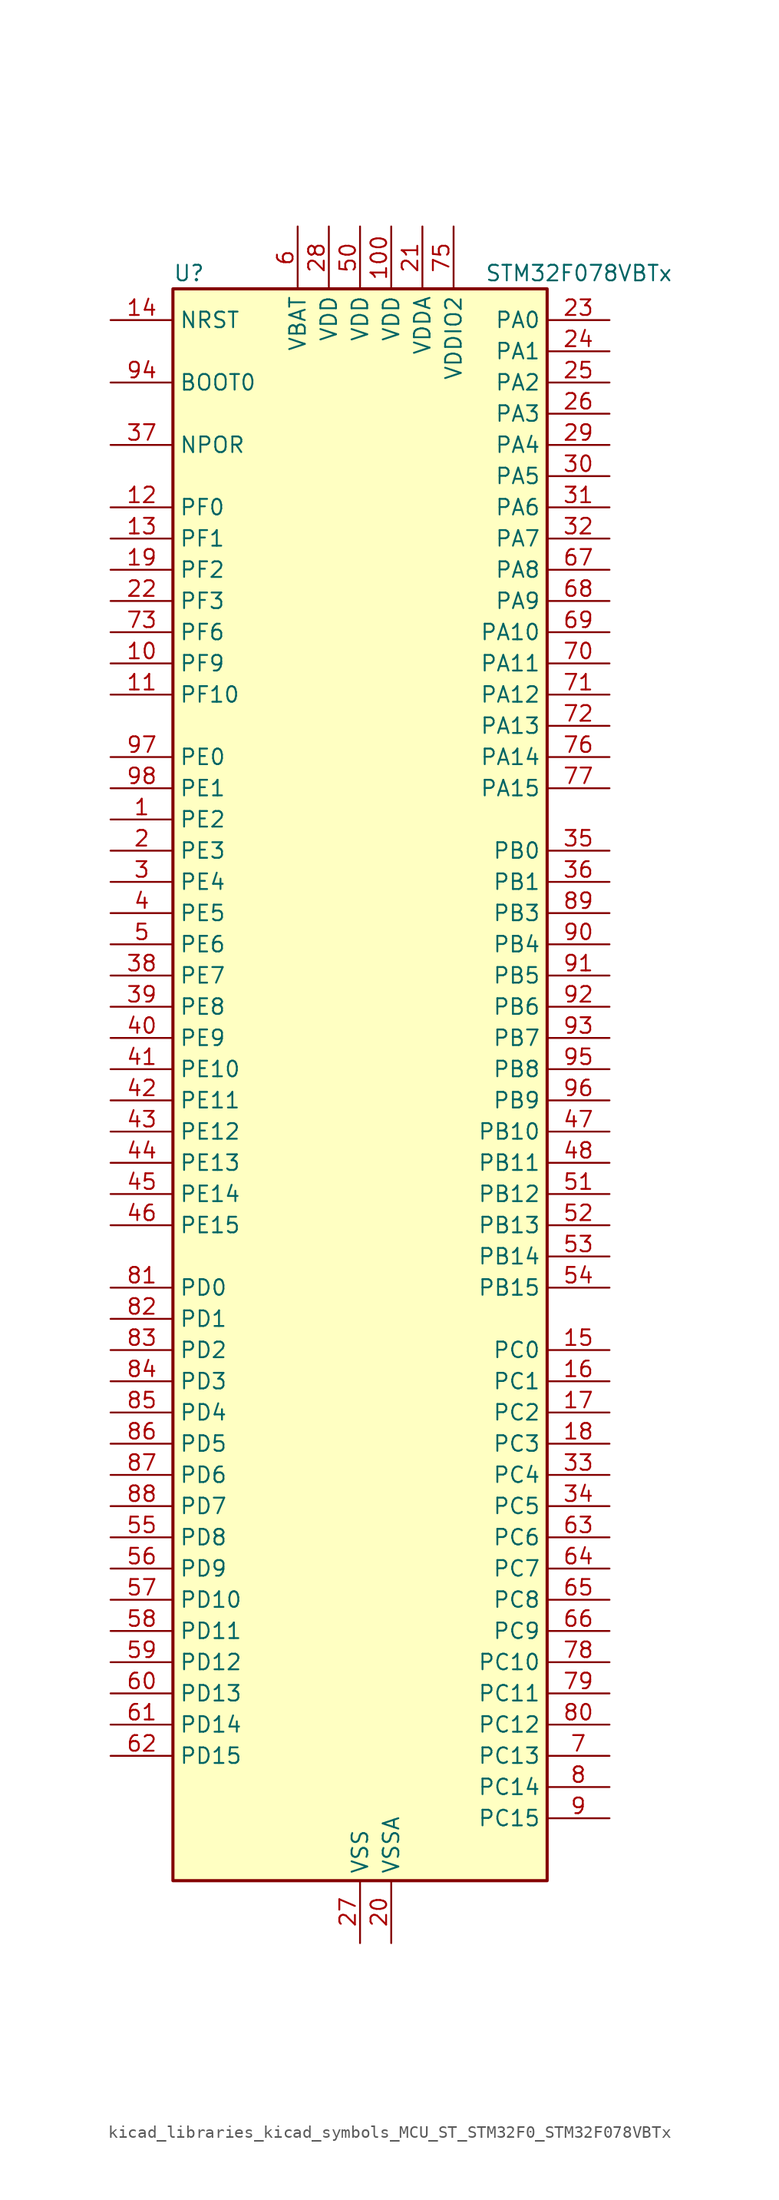
<source format=kicad_sym>
(kicad_symbol_lib
  (version 20220914)
  (generator kicad_symbol_editor)
  (symbol "kicad_libraries_kicad_symbols_MCU_ST_STM32F0_STM32F078VBTx"
    (property "Reference" "U"
      (at -15.24 67.31 0)
      (effects (font (size 1.27 1.27)) (justify left)))
    (property "Value" "STM32F078VBTx"
      (at 10.16 67.31 0)
      (effects (font (size 1.27 1.27)) (justify left)))
    (property "ki_locked" ""
      (at 0 0 0)
      (effects (font (size 1.27 1.27))))
    (symbol "kicad_libraries_kicad_symbols_MCU_ST_STM32F0_STM32F078VBTx_0_1"
      (rectangle (start -15.24 -63.5) (end 15.24 66.04) (stroke (width 0.254) (type default)) (fill (type background))))
    (symbol "kicad_libraries_kicad_symbols_MCU_ST_STM32F0_STM32F078VBTx_1_1"
      (pin bidirectional line (at -20.32 22.86 0) (length 5.08) (name "PE2" (effects (font (size 1.27 1.27)))) (number "1" (effects (font (size 1.27 1.27)))) (alternate "TIM3_ETR" bidirectional line) (alternate "TSC_G7_IO1" bidirectional line))
      (pin bidirectional line (at -20.32 35.56 0) (length 5.08) (name "PF9" (effects (font (size 1.27 1.27)))) (number "10" (effects (font (size 1.27 1.27)))) (alternate "DAC_EXTI9" bidirectional line) (alternate "TIM15_CH1" bidirectional line))
      (pin power_in line (at 2.54 71.12 270) (length 5.08) (name "VDD" (effects (font (size 1.27 1.27)))) (number "100" (effects (font (size 1.27 1.27)))))
      (pin bidirectional line (at -20.32 33.02 0) (length 5.08) (name "PF10" (effects (font (size 1.27 1.27)))) (number "11" (effects (font (size 1.27 1.27)))) (alternate "TIM15_CH2" bidirectional line))
      (pin bidirectional line (at -20.32 48.26 0) (length 5.08) (name "PF0" (effects (font (size 1.27 1.27)))) (number "12" (effects (font (size 1.27 1.27)))) (alternate "CRS_SYNC" bidirectional line) (alternate "RCC_OSC_IN" bidirectional line))
      (pin bidirectional line (at -20.32 45.72 0) (length 5.08) (name "PF1" (effects (font (size 1.27 1.27)))) (number "13" (effects (font (size 1.27 1.27)))) (alternate "RCC_OSC_OUT" bidirectional line))
      (pin input line (at -20.32 63.5 0) (length 5.08) (name "NRST" (effects (font (size 1.27 1.27)))) (number "14" (effects (font (size 1.27 1.27)))))
      (pin bidirectional line (at 20.32 -20.32 180) (length 5.08) (name "PC0" (effects (font (size 1.27 1.27)))) (number "15" (effects (font (size 1.27 1.27)))) (alternate "ADC_IN10" bidirectional line))
      (pin bidirectional line (at 20.32 -22.86 180) (length 5.08) (name "PC1" (effects (font (size 1.27 1.27)))) (number "16" (effects (font (size 1.27 1.27)))) (alternate "ADC_IN11" bidirectional line))
      (pin bidirectional line (at 20.32 -25.4 180) (length 5.08) (name "PC2" (effects (font (size 1.27 1.27)))) (number "17" (effects (font (size 1.27 1.27)))) (alternate "ADC_IN12" bidirectional line) (alternate "I2S2_MCK" bidirectional line) (alternate "SPI2_MISO" bidirectional line))
      (pin bidirectional line (at 20.32 -27.94 180) (length 5.08) (name "PC3" (effects (font (size 1.27 1.27)))) (number "18" (effects (font (size 1.27 1.27)))) (alternate "ADC_IN13" bidirectional line) (alternate "I2S2_SD" bidirectional line) (alternate "SPI2_MOSI" bidirectional line))
      (pin bidirectional line (at -20.32 43.18 0) (length 5.08) (name "PF2" (effects (font (size 1.27 1.27)))) (number "19" (effects (font (size 1.27 1.27)))) (alternate "SYS_WKUP8" bidirectional line))
      (pin bidirectional line (at -20.32 20.32 0) (length 5.08) (name "PE3" (effects (font (size 1.27 1.27)))) (number "2" (effects (font (size 1.27 1.27)))) (alternate "TIM3_CH1" bidirectional line) (alternate "TSC_G7_IO2" bidirectional line))
      (pin power_in line (at 2.54 -68.58 90) (length 5.08) (name "VSSA" (effects (font (size 1.27 1.27)))) (number "20" (effects (font (size 1.27 1.27)))))
      (pin power_in line (at 5.08 71.12 270) (length 5.08) (name "VDDA" (effects (font (size 1.27 1.27)))) (number "21" (effects (font (size 1.27 1.27)))))
      (pin bidirectional line (at -20.32 40.64 0) (length 5.08) (name "PF3" (effects (font (size 1.27 1.27)))) (number "22" (effects (font (size 1.27 1.27)))))
      (pin bidirectional line (at 20.32 63.5 180) (length 5.08) (name "PA0" (effects (font (size 1.27 1.27)))) (number "23" (effects (font (size 1.27 1.27)))) (alternate "ADC_IN0" bidirectional line) (alternate "COMP1_INM" bidirectional line) (alternate "COMP1_OUT" bidirectional line) (alternate "RTC_TAMP2" bidirectional line) (alternate "SYS_WKUP1" bidirectional line) (alternate "TIM2_CH1" bidirectional line) (alternate "TIM2_ETR" bidirectional line) (alternate "TSC_G1_IO1" bidirectional line) (alternate "USART2_CTS" bidirectional line) (alternate "USART4_TX" bidirectional line))
      (pin bidirectional line (at 20.32 60.96 180) (length 5.08) (name "PA1" (effects (font (size 1.27 1.27)))) (number "24" (effects (font (size 1.27 1.27)))) (alternate "ADC_IN1" bidirectional line) (alternate "COMP1_INP" bidirectional line) (alternate "TIM15_CH1N" bidirectional line) (alternate "TIM2_CH2" bidirectional line) (alternate "TSC_G1_IO2" bidirectional line) (alternate "USART2_DE" bidirectional line) (alternate "USART2_RTS" bidirectional line) (alternate "USART4_RX" bidirectional line))
      (pin bidirectional line (at 20.32 58.42 180) (length 5.08) (name "PA2" (effects (font (size 1.27 1.27)))) (number "25" (effects (font (size 1.27 1.27)))) (alternate "ADC_IN2" bidirectional line) (alternate "COMP2_INM" bidirectional line) (alternate "COMP2_OUT" bidirectional line) (alternate "SYS_WKUP4" bidirectional line) (alternate "TIM15_CH1" bidirectional line) (alternate "TIM2_CH3" bidirectional line) (alternate "TSC_G1_IO3" bidirectional line) (alternate "USART2_TX" bidirectional line))
      (pin bidirectional line (at 20.32 55.88 180) (length 5.08) (name "PA3" (effects (font (size 1.27 1.27)))) (number "26" (effects (font (size 1.27 1.27)))) (alternate "ADC_IN3" bidirectional line) (alternate "COMP2_INP" bidirectional line) (alternate "TIM15_CH2" bidirectional line) (alternate "TIM2_CH4" bidirectional line) (alternate "TSC_G1_IO4" bidirectional line) (alternate "USART2_RX" bidirectional line))
      (pin power_in line (at 0 -68.58 90) (length 5.08) (name "VSS" (effects (font (size 1.27 1.27)))) (number "27" (effects (font (size 1.27 1.27)))))
      (pin power_in line (at -2.54 71.12 270) (length 5.08) (name "VDD" (effects (font (size 1.27 1.27)))) (number "28" (effects (font (size 1.27 1.27)))))
      (pin bidirectional line (at 20.32 53.34 180) (length 5.08) (name "PA4" (effects (font (size 1.27 1.27)))) (number "29" (effects (font (size 1.27 1.27)))) (alternate "ADC_IN4" bidirectional line) (alternate "COMP1_INM" bidirectional line) (alternate "COMP2_INM" bidirectional line) (alternate "DAC_OUT1" bidirectional line) (alternate "I2S1_WS" bidirectional line) (alternate "SPI1_NSS" bidirectional line) (alternate "TIM14_CH1" bidirectional line) (alternate "TSC_G2_IO1" bidirectional line) (alternate "USART2_CK" bidirectional line))
      (pin bidirectional line (at -20.32 17.78 0) (length 5.08) (name "PE4" (effects (font (size 1.27 1.27)))) (number "3" (effects (font (size 1.27 1.27)))) (alternate "TIM3_CH2" bidirectional line) (alternate "TSC_G7_IO3" bidirectional line))
      (pin bidirectional line (at 20.32 50.8 180) (length 5.08) (name "PA5" (effects (font (size 1.27 1.27)))) (number "30" (effects (font (size 1.27 1.27)))) (alternate "ADC_IN5" bidirectional line) (alternate "CEC" bidirectional line) (alternate "COMP1_INM" bidirectional line) (alternate "COMP2_INM" bidirectional line) (alternate "DAC_OUT2" bidirectional line) (alternate "I2S1_CK" bidirectional line) (alternate "SPI1_SCK" bidirectional line) (alternate "TIM2_CH1" bidirectional line) (alternate "TIM2_ETR" bidirectional line) (alternate "TSC_G2_IO2" bidirectional line))
      (pin bidirectional line (at 20.32 48.26 180) (length 5.08) (name "PA6" (effects (font (size 1.27 1.27)))) (number "31" (effects (font (size 1.27 1.27)))) (alternate "ADC_IN6" bidirectional line) (alternate "COMP1_OUT" bidirectional line) (alternate "I2S1_MCK" bidirectional line) (alternate "SPI1_MISO" bidirectional line) (alternate "TIM16_CH1" bidirectional line) (alternate "TIM1_BKIN" bidirectional line) (alternate "TIM3_CH1" bidirectional line) (alternate "TSC_G2_IO3" bidirectional line) (alternate "USART3_CTS" bidirectional line))
      (pin bidirectional line (at 20.32 45.72 180) (length 5.08) (name "PA7" (effects (font (size 1.27 1.27)))) (number "32" (effects (font (size 1.27 1.27)))) (alternate "ADC_IN7" bidirectional line) (alternate "COMP2_OUT" bidirectional line) (alternate "I2S1_SD" bidirectional line) (alternate "SPI1_MOSI" bidirectional line) (alternate "TIM14_CH1" bidirectional line) (alternate "TIM17_CH1" bidirectional line) (alternate "TIM1_CH1N" bidirectional line) (alternate "TIM3_CH2" bidirectional line) (alternate "TSC_G2_IO4" bidirectional line))
      (pin bidirectional line (at 20.32 -30.48 180) (length 5.08) (name "PC4" (effects (font (size 1.27 1.27)))) (number "33" (effects (font (size 1.27 1.27)))) (alternate "ADC_IN14" bidirectional line) (alternate "USART3_TX" bidirectional line))
      (pin bidirectional line (at 20.32 -33.02 180) (length 5.08) (name "PC5" (effects (font (size 1.27 1.27)))) (number "34" (effects (font (size 1.27 1.27)))) (alternate "ADC_IN15" bidirectional line) (alternate "SYS_WKUP5" bidirectional line) (alternate "TSC_G3_IO1" bidirectional line) (alternate "USART3_RX" bidirectional line))
      (pin bidirectional line (at 20.32 20.32 180) (length 5.08) (name "PB0" (effects (font (size 1.27 1.27)))) (number "35" (effects (font (size 1.27 1.27)))) (alternate "ADC_IN8" bidirectional line) (alternate "TIM1_CH2N" bidirectional line) (alternate "TIM3_CH3" bidirectional line) (alternate "TSC_G3_IO2" bidirectional line) (alternate "USART3_CK" bidirectional line))
      (pin bidirectional line (at 20.32 17.78 180) (length 5.08) (name "PB1" (effects (font (size 1.27 1.27)))) (number "36" (effects (font (size 1.27 1.27)))) (alternate "ADC_IN9" bidirectional line) (alternate "TIM14_CH1" bidirectional line) (alternate "TIM1_CH3N" bidirectional line) (alternate "TIM3_CH4" bidirectional line) (alternate "TSC_G3_IO3" bidirectional line) (alternate "USART3_DE" bidirectional line) (alternate "USART3_RTS" bidirectional line))
      (pin input line (at -20.32 53.34 0) (length 5.08) (name "NPOR" (effects (font (size 1.27 1.27)))) (number "37" (effects (font (size 1.27 1.27)))))
      (pin bidirectional line (at -20.32 10.16 0) (length 5.08) (name "PE7" (effects (font (size 1.27 1.27)))) (number "38" (effects (font (size 1.27 1.27)))) (alternate "TIM1_ETR" bidirectional line))
      (pin bidirectional line (at -20.32 7.62 0) (length 5.08) (name "PE8" (effects (font (size 1.27 1.27)))) (number "39" (effects (font (size 1.27 1.27)))) (alternate "TIM1_CH1N" bidirectional line))
      (pin bidirectional line (at -20.32 15.24 0) (length 5.08) (name "PE5" (effects (font (size 1.27 1.27)))) (number "4" (effects (font (size 1.27 1.27)))) (alternate "TIM3_CH3" bidirectional line) (alternate "TSC_G7_IO4" bidirectional line))
      (pin bidirectional line (at -20.32 5.08 0) (length 5.08) (name "PE9" (effects (font (size 1.27 1.27)))) (number "40" (effects (font (size 1.27 1.27)))) (alternate "DAC_EXTI9" bidirectional line) (alternate "TIM1_CH1" bidirectional line))
      (pin bidirectional line (at -20.32 2.54 0) (length 5.08) (name "PE10" (effects (font (size 1.27 1.27)))) (number "41" (effects (font (size 1.27 1.27)))) (alternate "TIM1_CH2N" bidirectional line))
      (pin bidirectional line (at -20.32 0 0) (length 5.08) (name "PE11" (effects (font (size 1.27 1.27)))) (number "42" (effects (font (size 1.27 1.27)))) (alternate "TIM1_CH2" bidirectional line))
      (pin bidirectional line (at -20.32 -2.54 0) (length 5.08) (name "PE12" (effects (font (size 1.27 1.27)))) (number "43" (effects (font (size 1.27 1.27)))) (alternate "I2S1_WS" bidirectional line) (alternate "SPI1_NSS" bidirectional line) (alternate "TIM1_CH3N" bidirectional line))
      (pin bidirectional line (at -20.32 -5.08 0) (length 5.08) (name "PE13" (effects (font (size 1.27 1.27)))) (number "44" (effects (font (size 1.27 1.27)))) (alternate "I2S1_CK" bidirectional line) (alternate "SPI1_SCK" bidirectional line) (alternate "TIM1_CH3" bidirectional line))
      (pin bidirectional line (at -20.32 -7.62 0) (length 5.08) (name "PE14" (effects (font (size 1.27 1.27)))) (number "45" (effects (font (size 1.27 1.27)))) (alternate "I2S1_MCK" bidirectional line) (alternate "SPI1_MISO" bidirectional line) (alternate "TIM1_CH4" bidirectional line))
      (pin bidirectional line (at -20.32 -10.16 0) (length 5.08) (name "PE15" (effects (font (size 1.27 1.27)))) (number "46" (effects (font (size 1.27 1.27)))) (alternate "I2S1_SD" bidirectional line) (alternate "SPI1_MOSI" bidirectional line) (alternate "TIM1_BKIN" bidirectional line))
      (pin bidirectional line (at 20.32 -2.54 180) (length 5.08) (name "PB10" (effects (font (size 1.27 1.27)))) (number "47" (effects (font (size 1.27 1.27)))) (alternate "CEC" bidirectional line) (alternate "I2C2_SCL" bidirectional line) (alternate "I2S2_CK" bidirectional line) (alternate "SPI2_SCK" bidirectional line) (alternate "TIM2_CH3" bidirectional line) (alternate "TSC_SYNC" bidirectional line) (alternate "USART3_TX" bidirectional line))
      (pin bidirectional line (at 20.32 -5.08 180) (length 5.08) (name "PB11" (effects (font (size 1.27 1.27)))) (number "48" (effects (font (size 1.27 1.27)))) (alternate "I2C2_SDA" bidirectional line) (alternate "TIM2_CH4" bidirectional line) (alternate "TSC_G6_IO1" bidirectional line) (alternate "USART3_RX" bidirectional line))
      (pin passive line (at 0 -68.58 90) (length 5.08) hide (name "VSS" (effects (font (size 1.27 1.27)))) (number "49" (effects (font (size 1.27 1.27)))))
      (pin bidirectional line (at -20.32 12.7 0) (length 5.08) (name "PE6" (effects (font (size 1.27 1.27)))) (number "5" (effects (font (size 1.27 1.27)))) (alternate "RTC_TAMP3" bidirectional line) (alternate "SYS_WKUP3" bidirectional line) (alternate "TIM3_CH4" bidirectional line))
      (pin power_in line (at 0 71.12 270) (length 5.08) (name "VDD" (effects (font (size 1.27 1.27)))) (number "50" (effects (font (size 1.27 1.27)))))
      (pin bidirectional line (at 20.32 -7.62 180) (length 5.08) (name "PB12" (effects (font (size 1.27 1.27)))) (number "51" (effects (font (size 1.27 1.27)))) (alternate "I2S2_WS" bidirectional line) (alternate "SPI2_NSS" bidirectional line) (alternate "TIM15_BKIN" bidirectional line) (alternate "TIM1_BKIN" bidirectional line) (alternate "TSC_G6_IO2" bidirectional line) (alternate "USART3_CK" bidirectional line))
      (pin bidirectional line (at 20.32 -10.16 180) (length 5.08) (name "PB13" (effects (font (size 1.27 1.27)))) (number "52" (effects (font (size 1.27 1.27)))) (alternate "I2C2_SCL" bidirectional line) (alternate "I2S2_CK" bidirectional line) (alternate "SPI2_SCK" bidirectional line) (alternate "TIM1_CH1N" bidirectional line) (alternate "TSC_G6_IO3" bidirectional line) (alternate "USART3_CTS" bidirectional line))
      (pin bidirectional line (at 20.32 -12.7 180) (length 5.08) (name "PB14" (effects (font (size 1.27 1.27)))) (number "53" (effects (font (size 1.27 1.27)))) (alternate "I2C2_SDA" bidirectional line) (alternate "I2S2_MCK" bidirectional line) (alternate "SPI2_MISO" bidirectional line) (alternate "TIM15_CH1" bidirectional line) (alternate "TIM1_CH2N" bidirectional line) (alternate "TSC_G6_IO4" bidirectional line) (alternate "USART3_DE" bidirectional line) (alternate "USART3_RTS" bidirectional line))
      (pin bidirectional line (at 20.32 -15.24 180) (length 5.08) (name "PB15" (effects (font (size 1.27 1.27)))) (number "54" (effects (font (size 1.27 1.27)))) (alternate "I2S2_SD" bidirectional line) (alternate "RTC_REFIN" bidirectional line) (alternate "SPI2_MOSI" bidirectional line) (alternate "SYS_WKUP7" bidirectional line) (alternate "TIM15_CH1N" bidirectional line) (alternate "TIM15_CH2" bidirectional line) (alternate "TIM1_CH3N" bidirectional line))
      (pin bidirectional line (at -20.32 -35.56 0) (length 5.08) (name "PD8" (effects (font (size 1.27 1.27)))) (number "55" (effects (font (size 1.27 1.27)))) (alternate "USART3_TX" bidirectional line))
      (pin bidirectional line (at -20.32 -38.1 0) (length 5.08) (name "PD9" (effects (font (size 1.27 1.27)))) (number "56" (effects (font (size 1.27 1.27)))) (alternate "DAC_EXTI9" bidirectional line) (alternate "USART3_RX" bidirectional line))
      (pin bidirectional line (at -20.32 -40.64 0) (length 5.08) (name "PD10" (effects (font (size 1.27 1.27)))) (number "57" (effects (font (size 1.27 1.27)))) (alternate "USART3_CK" bidirectional line))
      (pin bidirectional line (at -20.32 -43.18 0) (length 5.08) (name "PD11" (effects (font (size 1.27 1.27)))) (number "58" (effects (font (size 1.27 1.27)))) (alternate "USART3_CTS" bidirectional line))
      (pin bidirectional line (at -20.32 -45.72 0) (length 5.08) (name "PD12" (effects (font (size 1.27 1.27)))) (number "59" (effects (font (size 1.27 1.27)))) (alternate "TSC_G8_IO1" bidirectional line) (alternate "USART3_DE" bidirectional line) (alternate "USART3_RTS" bidirectional line))
      (pin power_in line (at -5.08 71.12 270) (length 5.08) (name "VBAT" (effects (font (size 1.27 1.27)))) (number "6" (effects (font (size 1.27 1.27)))))
      (pin bidirectional line (at -20.32 -48.26 0) (length 5.08) (name "PD13" (effects (font (size 1.27 1.27)))) (number "60" (effects (font (size 1.27 1.27)))) (alternate "TSC_G8_IO2" bidirectional line))
      (pin bidirectional line (at -20.32 -50.8 0) (length 5.08) (name "PD14" (effects (font (size 1.27 1.27)))) (number "61" (effects (font (size 1.27 1.27)))) (alternate "TSC_G8_IO3" bidirectional line))
      (pin bidirectional line (at -20.32 -53.34 0) (length 5.08) (name "PD15" (effects (font (size 1.27 1.27)))) (number "62" (effects (font (size 1.27 1.27)))) (alternate "CRS_SYNC" bidirectional line) (alternate "TSC_G8_IO4" bidirectional line))
      (pin bidirectional line (at 20.32 -35.56 180) (length 5.08) (name "PC6" (effects (font (size 1.27 1.27)))) (number "63" (effects (font (size 1.27 1.27)))) (alternate "TIM3_CH1" bidirectional line))
      (pin bidirectional line (at 20.32 -38.1 180) (length 5.08) (name "PC7" (effects (font (size 1.27 1.27)))) (number "64" (effects (font (size 1.27 1.27)))) (alternate "TIM3_CH2" bidirectional line))
      (pin bidirectional line (at 20.32 -40.64 180) (length 5.08) (name "PC8" (effects (font (size 1.27 1.27)))) (number "65" (effects (font (size 1.27 1.27)))) (alternate "TIM3_CH3" bidirectional line))
      (pin bidirectional line (at 20.32 -43.18 180) (length 5.08) (name "PC9" (effects (font (size 1.27 1.27)))) (number "66" (effects (font (size 1.27 1.27)))) (alternate "DAC_EXTI9" bidirectional line) (alternate "TIM3_CH4" bidirectional line))
      (pin bidirectional line (at 20.32 43.18 180) (length 5.08) (name "PA8" (effects (font (size 1.27 1.27)))) (number "67" (effects (font (size 1.27 1.27)))) (alternate "CRS_SYNC" bidirectional line) (alternate "RCC_MCO" bidirectional line) (alternate "TIM1_CH1" bidirectional line) (alternate "USART1_CK" bidirectional line))
      (pin bidirectional line (at 20.32 40.64 180) (length 5.08) (name "PA9" (effects (font (size 1.27 1.27)))) (number "68" (effects (font (size 1.27 1.27)))) (alternate "DAC_EXTI9" bidirectional line) (alternate "TIM15_BKIN" bidirectional line) (alternate "TIM1_CH2" bidirectional line) (alternate "TSC_G4_IO1" bidirectional line) (alternate "USART1_TX" bidirectional line))
      (pin bidirectional line (at 20.32 38.1 180) (length 5.08) (name "PA10" (effects (font (size 1.27 1.27)))) (number "69" (effects (font (size 1.27 1.27)))) (alternate "TIM17_BKIN" bidirectional line) (alternate "TIM1_CH3" bidirectional line) (alternate "TSC_G4_IO2" bidirectional line) (alternate "USART1_RX" bidirectional line))
      (pin bidirectional line (at 20.32 -53.34 180) (length 5.08) (name "PC13" (effects (font (size 1.27 1.27)))) (number "7" (effects (font (size 1.27 1.27)))) (alternate "RTC_OUT_ALARM" bidirectional line) (alternate "RTC_OUT_CALIB" bidirectional line) (alternate "RTC_TAMP1" bidirectional line) (alternate "RTC_TS" bidirectional line) (alternate "SYS_WKUP2" bidirectional line))
      (pin bidirectional line (at 20.32 35.56 180) (length 5.08) (name "PA11" (effects (font (size 1.27 1.27)))) (number "70" (effects (font (size 1.27 1.27)))) (alternate "COMP1_OUT" bidirectional line) (alternate "TIM1_CH4" bidirectional line) (alternate "TSC_G4_IO3" bidirectional line) (alternate "USART1_CTS" bidirectional line) (alternate "USB_DM" bidirectional line))
      (pin bidirectional line (at 20.32 33.02 180) (length 5.08) (name "PA12" (effects (font (size 1.27 1.27)))) (number "71" (effects (font (size 1.27 1.27)))) (alternate "COMP2_OUT" bidirectional line) (alternate "TIM1_ETR" bidirectional line) (alternate "TSC_G4_IO4" bidirectional line) (alternate "USART1_DE" bidirectional line) (alternate "USART1_RTS" bidirectional line) (alternate "USB_DP" bidirectional line))
      (pin bidirectional line (at 20.32 30.48 180) (length 5.08) (name "PA13" (effects (font (size 1.27 1.27)))) (number "72" (effects (font (size 1.27 1.27)))) (alternate "IR_OUT" bidirectional line) (alternate "SYS_SWDIO" bidirectional line) (alternate "USB_NOE" bidirectional line))
      (pin bidirectional line (at -20.32 38.1 0) (length 5.08) (name "PF6" (effects (font (size 1.27 1.27)))) (number "73" (effects (font (size 1.27 1.27)))))
      (pin passive line (at 0 -68.58 90) (length 5.08) hide (name "VSS" (effects (font (size 1.27 1.27)))) (number "74" (effects (font (size 1.27 1.27)))))
      (pin power_in line (at 7.62 71.12 270) (length 5.08) (name "VDDIO2" (effects (font (size 1.27 1.27)))) (number "75" (effects (font (size 1.27 1.27)))))
      (pin bidirectional line (at 20.32 27.94 180) (length 5.08) (name "PA14" (effects (font (size 1.27 1.27)))) (number "76" (effects (font (size 1.27 1.27)))) (alternate "SYS_SWCLK" bidirectional line) (alternate "USART2_TX" bidirectional line))
      (pin bidirectional line (at 20.32 25.4 180) (length 5.08) (name "PA15" (effects (font (size 1.27 1.27)))) (number "77" (effects (font (size 1.27 1.27)))) (alternate "I2S1_WS" bidirectional line) (alternate "SPI1_NSS" bidirectional line) (alternate "TIM2_CH1" bidirectional line) (alternate "TIM2_ETR" bidirectional line) (alternate "USART2_RX" bidirectional line) (alternate "USART4_DE" bidirectional line) (alternate "USART4_RTS" bidirectional line))
      (pin bidirectional line (at 20.32 -45.72 180) (length 5.08) (name "PC10" (effects (font (size 1.27 1.27)))) (number "78" (effects (font (size 1.27 1.27)))) (alternate "USART3_TX" bidirectional line) (alternate "USART4_TX" bidirectional line))
      (pin bidirectional line (at 20.32 -48.26 180) (length 5.08) (name "PC11" (effects (font (size 1.27 1.27)))) (number "79" (effects (font (size 1.27 1.27)))) (alternate "USART3_RX" bidirectional line) (alternate "USART4_RX" bidirectional line))
      (pin bidirectional line (at 20.32 -55.88 180) (length 5.08) (name "PC14" (effects (font (size 1.27 1.27)))) (number "8" (effects (font (size 1.27 1.27)))) (alternate "RCC_OSC32_IN" bidirectional line))
      (pin bidirectional line (at 20.32 -50.8 180) (length 5.08) (name "PC12" (effects (font (size 1.27 1.27)))) (number "80" (effects (font (size 1.27 1.27)))) (alternate "USART3_CK" bidirectional line) (alternate "USART4_CK" bidirectional line))
      (pin bidirectional line (at -20.32 -15.24 0) (length 5.08) (name "PD0" (effects (font (size 1.27 1.27)))) (number "81" (effects (font (size 1.27 1.27)))) (alternate "I2S2_WS" bidirectional line) (alternate "SPI2_NSS" bidirectional line))
      (pin bidirectional line (at -20.32 -17.78 0) (length 5.08) (name "PD1" (effects (font (size 1.27 1.27)))) (number "82" (effects (font (size 1.27 1.27)))) (alternate "I2S2_CK" bidirectional line) (alternate "SPI2_SCK" bidirectional line))
      (pin bidirectional line (at -20.32 -20.32 0) (length 5.08) (name "PD2" (effects (font (size 1.27 1.27)))) (number "83" (effects (font (size 1.27 1.27)))) (alternate "TIM3_ETR" bidirectional line) (alternate "USART3_DE" bidirectional line) (alternate "USART3_RTS" bidirectional line))
      (pin bidirectional line (at -20.32 -22.86 0) (length 5.08) (name "PD3" (effects (font (size 1.27 1.27)))) (number "84" (effects (font (size 1.27 1.27)))) (alternate "I2S2_MCK" bidirectional line) (alternate "SPI2_MISO" bidirectional line) (alternate "USART2_CTS" bidirectional line))
      (pin bidirectional line (at -20.32 -25.4 0) (length 5.08) (name "PD4" (effects (font (size 1.27 1.27)))) (number "85" (effects (font (size 1.27 1.27)))) (alternate "I2S2_SD" bidirectional line) (alternate "SPI2_MOSI" bidirectional line) (alternate "USART2_DE" bidirectional line) (alternate "USART2_RTS" bidirectional line))
      (pin bidirectional line (at -20.32 -27.94 0) (length 5.08) (name "PD5" (effects (font (size 1.27 1.27)))) (number "86" (effects (font (size 1.27 1.27)))) (alternate "USART2_TX" bidirectional line))
      (pin bidirectional line (at -20.32 -30.48 0) (length 5.08) (name "PD6" (effects (font (size 1.27 1.27)))) (number "87" (effects (font (size 1.27 1.27)))) (alternate "USART2_RX" bidirectional line))
      (pin bidirectional line (at -20.32 -33.02 0) (length 5.08) (name "PD7" (effects (font (size 1.27 1.27)))) (number "88" (effects (font (size 1.27 1.27)))) (alternate "USART2_CK" bidirectional line))
      (pin bidirectional line (at 20.32 15.24 180) (length 5.08) (name "PB3" (effects (font (size 1.27 1.27)))) (number "89" (effects (font (size 1.27 1.27)))) (alternate "I2S1_CK" bidirectional line) (alternate "SPI1_SCK" bidirectional line) (alternate "TIM2_CH2" bidirectional line) (alternate "TSC_G5_IO1" bidirectional line))
      (pin bidirectional line (at 20.32 -58.42 180) (length 5.08) (name "PC15" (effects (font (size 1.27 1.27)))) (number "9" (effects (font (size 1.27 1.27)))) (alternate "RCC_OSC32_OUT" bidirectional line))
      (pin bidirectional line (at 20.32 12.7 180) (length 5.08) (name "PB4" (effects (font (size 1.27 1.27)))) (number "90" (effects (font (size 1.27 1.27)))) (alternate "I2S1_MCK" bidirectional line) (alternate "SPI1_MISO" bidirectional line) (alternate "TIM17_BKIN" bidirectional line) (alternate "TIM3_CH1" bidirectional line) (alternate "TSC_G5_IO2" bidirectional line))
      (pin bidirectional line (at 20.32 10.16 180) (length 5.08) (name "PB5" (effects (font (size 1.27 1.27)))) (number "91" (effects (font (size 1.27 1.27)))) (alternate "I2C1_SMBA" bidirectional line) (alternate "I2S1_SD" bidirectional line) (alternate "SPI1_MOSI" bidirectional line) (alternate "SYS_WKUP6" bidirectional line) (alternate "TIM16_BKIN" bidirectional line) (alternate "TIM3_CH2" bidirectional line))
      (pin bidirectional line (at 20.32 7.62 180) (length 5.08) (name "PB6" (effects (font (size 1.27 1.27)))) (number "92" (effects (font (size 1.27 1.27)))) (alternate "I2C1_SCL" bidirectional line) (alternate "TIM16_CH1N" bidirectional line) (alternate "TSC_G5_IO3" bidirectional line) (alternate "USART1_TX" bidirectional line))
      (pin bidirectional line (at 20.32 5.08 180) (length 5.08) (name "PB7" (effects (font (size 1.27 1.27)))) (number "93" (effects (font (size 1.27 1.27)))) (alternate "I2C1_SDA" bidirectional line) (alternate "TIM17_CH1N" bidirectional line) (alternate "TSC_G5_IO4" bidirectional line) (alternate "USART1_RX" bidirectional line) (alternate "USART4_CTS" bidirectional line))
      (pin input line (at -20.32 58.42 0) (length 5.08) (name "BOOT0" (effects (font (size 1.27 1.27)))) (number "94" (effects (font (size 1.27 1.27)))))
      (pin bidirectional line (at 20.32 2.54 180) (length 5.08) (name "PB8" (effects (font (size 1.27 1.27)))) (number "95" (effects (font (size 1.27 1.27)))) (alternate "CEC" bidirectional line) (alternate "I2C1_SCL" bidirectional line) (alternate "TIM16_CH1" bidirectional line) (alternate "TSC_SYNC" bidirectional line))
      (pin bidirectional line (at 20.32 0 180) (length 5.08) (name "PB9" (effects (font (size 1.27 1.27)))) (number "96" (effects (font (size 1.27 1.27)))) (alternate "DAC_EXTI9" bidirectional line) (alternate "I2C1_SDA" bidirectional line) (alternate "I2S2_WS" bidirectional line) (alternate "IR_OUT" bidirectional line) (alternate "SPI2_NSS" bidirectional line) (alternate "TIM17_CH1" bidirectional line))
      (pin bidirectional line (at -20.32 27.94 0) (length 5.08) (name "PE0" (effects (font (size 1.27 1.27)))) (number "97" (effects (font (size 1.27 1.27)))) (alternate "TIM16_CH1" bidirectional line))
      (pin bidirectional line (at -20.32 25.4 0) (length 5.08) (name "PE1" (effects (font (size 1.27 1.27)))) (number "98" (effects (font (size 1.27 1.27)))) (alternate "TIM17_CH1" bidirectional line))
      (pin passive line (at 0 -68.58 90) (length 5.08) hide (name "VSS" (effects (font (size 1.27 1.27)))) (number "99" (effects (font (size 1.27 1.27))))))))
</source>
